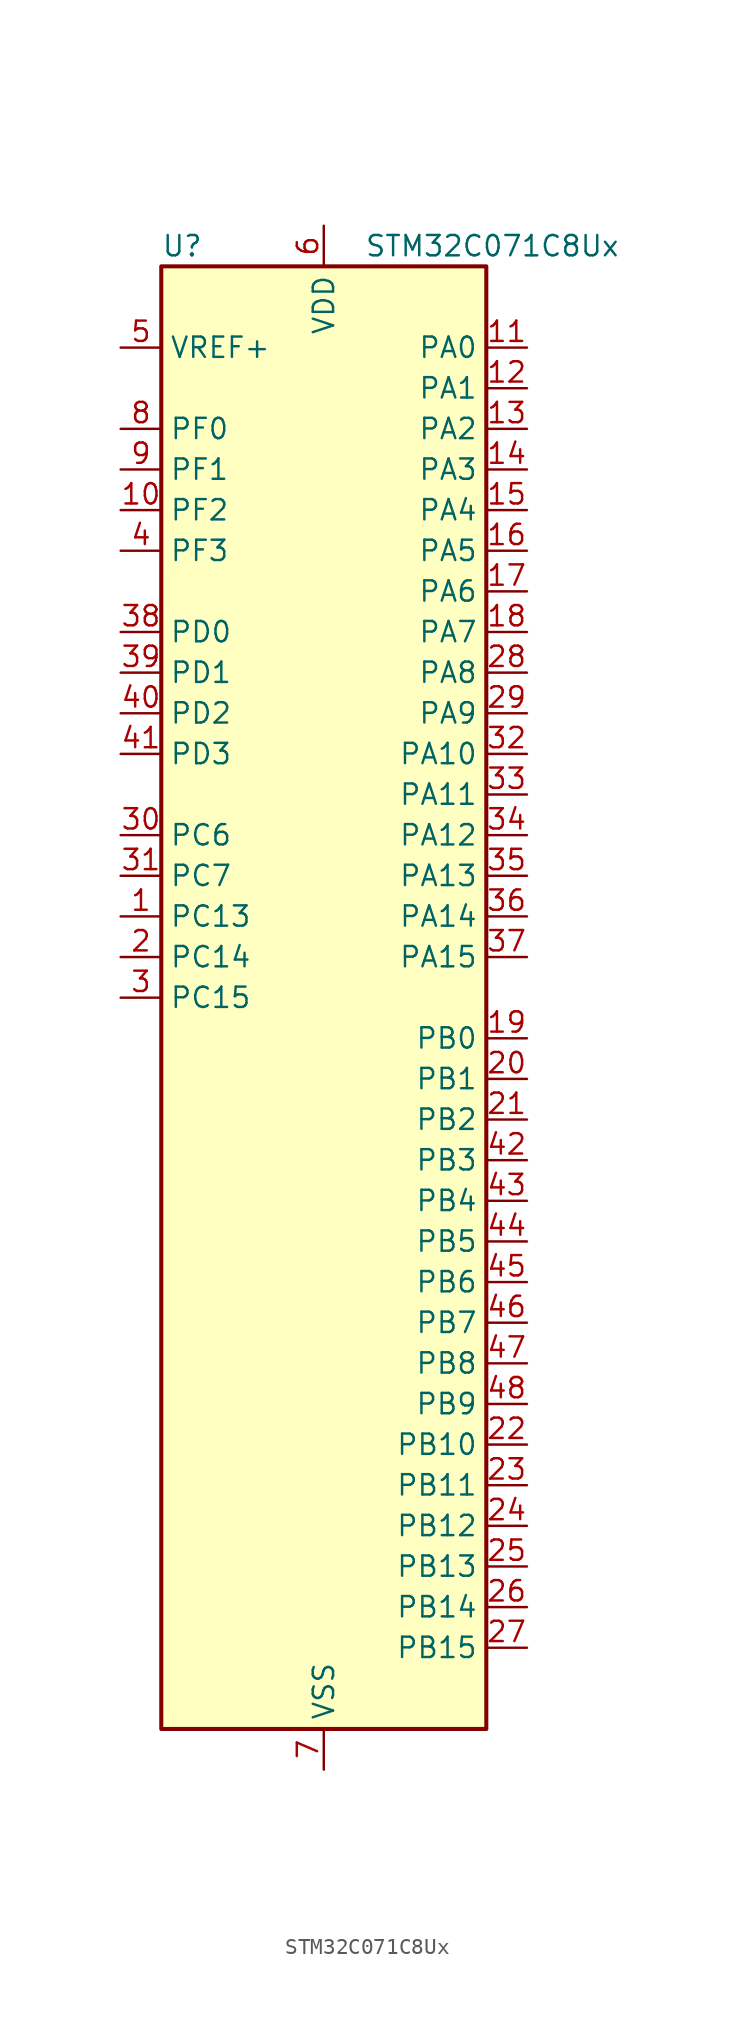
<source format=kicad_sym>
(kicad_symbol_lib
  (version 20241209)
  (generator "kicad_symbol_editor")
  (generator_version "9.0")
  (symbol "STM32C071C8Ux"
    (property "Reference" "U"
      (at -10.16 46.99 0)
      (effects (font (size 1.27 1.27)) (justify left)))
    (property "Value" "STM32C071C8Ux"
      (at 2.54 46.99 0)
      (effects (font (size 1.27 1.27)) (justify left)))
    (symbol "STM32C071C8Ux_0_1"
      (rectangle (start -10.16 -45.72) (end 10.16 45.72) (stroke (width 0.254) (type default)) (fill (type background))))
    (symbol "STM32C071C8Ux_1_1"
      (pin input line (at -12.7 40.64 0) (length 2.54) (name "VREF+" (effects (font (size 1.27 1.27)))) (number "5" (effects (font (size 1.27 1.27)))))
      (pin bidirectional line (at -12.7 35.56 0) (length 2.54) (name "PF0" (effects (font (size 1.27 1.27)))) (number "8" (effects (font (size 1.27 1.27)))) (alternate "CRS_SYNC" bidirectional line) (alternate "RCC_OSC_IN" bidirectional line) (alternate "TIM14_CH1" bidirectional line))
      (pin bidirectional line (at -12.7 33.02 0) (length 2.54) (name "PF1" (effects (font (size 1.27 1.27)))) (number "9" (effects (font (size 1.27 1.27)))) (alternate "RCC_OSC_EN" bidirectional line) (alternate "RCC_OSC_OUT" bidirectional line))
      (pin bidirectional line (at -12.7 30.48 0) (length 2.54) (name "PF2" (effects (font (size 1.27 1.27)))) (number "10" (effects (font (size 1.27 1.27)))) (alternate "RCC_MCO" bidirectional line) (alternate "TIM1_CH4" bidirectional line))
      (pin bidirectional line (at -12.7 27.94 0) (length 2.54) (name "PF3" (effects (font (size 1.27 1.27)))) (number "4" (effects (font (size 1.27 1.27)))))
      (pin bidirectional line (at -12.7 22.86 0) (length 2.54) (name "PD0" (effects (font (size 1.27 1.27)))) (number "38" (effects (font (size 1.27 1.27)))) (alternate "SPI2_NSS" bidirectional line) (alternate "TIM16_CH1" bidirectional line))
      (pin bidirectional line (at -12.7 20.32 0) (length 2.54) (name "PD1" (effects (font (size 1.27 1.27)))) (number "39" (effects (font (size 1.27 1.27)))) (alternate "SPI2_SCK" bidirectional line) (alternate "TIM17_CH1" bidirectional line))
      (pin bidirectional line (at -12.7 17.78 0) (length 2.54) (name "PD2" (effects (font (size 1.27 1.27)))) (number "40" (effects (font (size 1.27 1.27)))) (alternate "TIM1_CH1N" bidirectional line) (alternate "TIM3_ETR" bidirectional line))
      (pin bidirectional line (at -12.7 15.24 0) (length 2.54) (name "PD3" (effects (font (size 1.27 1.27)))) (number "41" (effects (font (size 1.27 1.27)))) (alternate "SPI2_MISO" bidirectional line) (alternate "TIM1_CH2N" bidirectional line) (alternate "USART2_CTS" bidirectional line) (alternate "USART2_NSS" bidirectional line))
      (pin bidirectional line (at -12.7 10.16 0) (length 2.54) (name "PC6" (effects (font (size 1.27 1.27)))) (number "30" (effects (font (size 1.27 1.27)))) (alternate "TIM2_CH3" bidirectional line) (alternate "TIM3_CH1" bidirectional line))
      (pin bidirectional line (at -12.7 7.62 0) (length 2.54) (name "PC7" (effects (font (size 1.27 1.27)))) (number "31" (effects (font (size 1.27 1.27)))) (alternate "TIM2_CH4" bidirectional line) (alternate "TIM3_CH2" bidirectional line))
      (pin bidirectional line (at -12.7 5.08 0) (length 2.54) (name "PC13" (effects (font (size 1.27 1.27)))) (number "1" (effects (font (size 1.27 1.27)))) (alternate "PWR_WKUP2" bidirectional line) (alternate "RTC_OUT1" bidirectional line) (alternate "RTC_TS" bidirectional line) (alternate "TIM1_BKIN" bidirectional line) (alternate "TIM1_ETR" bidirectional line))
      (pin bidirectional line (at -12.7 2.54 0) (length 2.54) (name "PC14" (effects (font (size 1.27 1.27)))) (number "2" (effects (font (size 1.27 1.27)))) (alternate "I2C1_SDA" bidirectional line) (alternate "IR_OUT" bidirectional line) (alternate "RCC_OSCX_IN" bidirectional line) (alternate "SPI2_NSS" bidirectional line) (alternate "TIM17_CH1" bidirectional line) (alternate "TIM1_BKIN2" bidirectional line) (alternate "TIM1_ETR" bidirectional line) (alternate "TIM3_CH2" bidirectional line) (alternate "USART1_TX" bidirectional line) (alternate "USART2_CK" bidirectional line) (alternate "USART2_DE" bidirectional line) (alternate "USART2_RTS" bidirectional line))
      (pin bidirectional line (at -12.7 0 0) (length 2.54) (name "PC15" (effects (font (size 1.27 1.27)))) (number "3" (effects (font (size 1.27 1.27)))) (alternate "RCC_OSC32_EN" bidirectional line) (alternate "RCC_OSCX_OUT" bidirectional line) (alternate "RCC_OSC_EN" bidirectional line) (alternate "TIM1_ETR" bidirectional line) (alternate "TIM3_CH3" bidirectional line))
      (pin power_in line (at 0 48.26 270) (length 2.54) (name "VDD" (effects (font (size 1.27 1.27)))) (number "6" (effects (font (size 1.27 1.27)))))
      (pin passive line (at 0 -48.26 90) (length 2.54) (hide yes) (name "VSS" (effects (font (size 1.27 1.27)))) (number "49" (effects (font (size 1.27 1.27)))))
      (pin power_in line (at 0 -48.26 90) (length 2.54) (name "VSS" (effects (font (size 1.27 1.27)))) (number "7" (effects (font (size 1.27 1.27)))))
      (pin bidirectional line (at 12.7 40.64 180) (length 2.54) (name "PA0" (effects (font (size 1.27 1.27)))) (number "11" (effects (font (size 1.27 1.27)))) (alternate "ADC1_IN0" bidirectional line) (alternate "PWR_WKUP1" bidirectional line) (alternate "SPI2_SCK" bidirectional line) (alternate "TIM16_CH1" bidirectional line) (alternate "TIM1_CH1" bidirectional line) (alternate "TIM2_CH1" bidirectional line) (alternate "TIM2_ETR" bidirectional line) (alternate "USART1_TX" bidirectional line) (alternate "USART2_CTS" bidirectional line) (alternate "USART2_NSS" bidirectional line))
      (pin bidirectional line (at 12.7 38.1 180) (length 2.54) (name "PA1" (effects (font (size 1.27 1.27)))) (number "12" (effects (font (size 1.27 1.27)))) (alternate "ADC1_IN1" bidirectional line) (alternate "I2C1_SMBA" bidirectional line) (alternate "I2S1_CK" bidirectional line) (alternate "SPI1_SCK" bidirectional line) (alternate "TIM17_CH1" bidirectional line) (alternate "TIM1_CH2" bidirectional line) (alternate "TIM2_CH2" bidirectional line) (alternate "USART1_RX" bidirectional line) (alternate "USART2_CK" bidirectional line) (alternate "USART2_DE" bidirectional line) (alternate "USART2_RTS" bidirectional line))
      (pin bidirectional line (at 12.7 35.56 180) (length 2.54) (name "PA2" (effects (font (size 1.27 1.27)))) (number "13" (effects (font (size 1.27 1.27)))) (alternate "ADC1_IN2" bidirectional line) (alternate "I2S1_SD" bidirectional line) (alternate "PWR_WKUP4" bidirectional line) (alternate "RCC_LSCO" bidirectional line) (alternate "SPI1_MOSI" bidirectional line) (alternate "TIM16_CH1N" bidirectional line) (alternate "TIM1_CH3" bidirectional line) (alternate "TIM2_CH3" bidirectional line) (alternate "TIM3_ETR" bidirectional line) (alternate "USART2_TX" bidirectional line))
      (pin bidirectional line (at 12.7 33.02 180) (length 2.54) (name "PA3" (effects (font (size 1.27 1.27)))) (number "14" (effects (font (size 1.27 1.27)))) (alternate "ADC1_IN3" bidirectional line) (alternate "SPI2_MISO" bidirectional line) (alternate "TIM1_CH1N" bidirectional line) (alternate "TIM1_CH4" bidirectional line) (alternate "TIM2_CH4" bidirectional line) (alternate "USART2_RX" bidirectional line))
      (pin bidirectional line (at 12.7 30.48 180) (length 2.54) (name "PA4" (effects (font (size 1.27 1.27)))) (number "15" (effects (font (size 1.27 1.27)))) (alternate "ADC1_IN4" bidirectional line) (alternate "I2S1_WS" bidirectional line) (alternate "RTC_OUT2" bidirectional line) (alternate "SPI1_NSS" bidirectional line) (alternate "SPI2_MOSI" bidirectional line) (alternate "TIM14_CH1" bidirectional line) (alternate "TIM17_CH1N" bidirectional line) (alternate "TIM1_CH2N" bidirectional line) (alternate "USART2_TX" bidirectional line) (alternate "USB_NOE" bidirectional line))
      (pin bidirectional line (at 12.7 27.94 180) (length 2.54) (name "PA5" (effects (font (size 1.27 1.27)))) (number "16" (effects (font (size 1.27 1.27)))) (alternate "ADC1_IN5" bidirectional line) (alternate "I2S1_CK" bidirectional line) (alternate "SPI1_SCK" bidirectional line) (alternate "TIM1_CH1" bidirectional line) (alternate "TIM1_CH3N" bidirectional line) (alternate "TIM2_CH1" bidirectional line) (alternate "TIM2_ETR" bidirectional line) (alternate "USART2_RX" bidirectional line))
      (pin bidirectional line (at 12.7 25.4 180) (length 2.54) (name "PA6" (effects (font (size 1.27 1.27)))) (number "17" (effects (font (size 1.27 1.27)))) (alternate "ADC1_IN6" bidirectional line) (alternate "I2C2_SDA" bidirectional line) (alternate "I2S1_MCK" bidirectional line) (alternate "SPI1_MISO" bidirectional line) (alternate "TIM16_CH1" bidirectional line) (alternate "TIM1_BKIN" bidirectional line) (alternate "TIM3_CH1" bidirectional line))
      (pin bidirectional line (at 12.7 22.86 180) (length 2.54) (name "PA7" (effects (font (size 1.27 1.27)))) (number "18" (effects (font (size 1.27 1.27)))) (alternate "ADC1_IN7" bidirectional line) (alternate "I2C2_SCL" bidirectional line) (alternate "I2S1_SD" bidirectional line) (alternate "SPI1_MOSI" bidirectional line) (alternate "TIM14_CH1" bidirectional line) (alternate "TIM17_CH1" bidirectional line) (alternate "TIM1_CH1N" bidirectional line) (alternate "TIM3_CH2" bidirectional line))
      (pin bidirectional line (at 12.7 20.32 180) (length 2.54) (name "PA8" (effects (font (size 1.27 1.27)))) (number "28" (effects (font (size 1.27 1.27)))) (alternate "ADC1_IN8" bidirectional line) (alternate "CRS_SYNC" bidirectional line) (alternate "I2S1_WS" bidirectional line) (alternate "RCC_MCO" bidirectional line) (alternate "RCC_MCO2" bidirectional line) (alternate "SPI1_NSS" bidirectional line) (alternate "SPI2_MISO" bidirectional line) (alternate "SPI2_NSS" bidirectional line) (alternate "TIM14_CH1" bidirectional line) (alternate "TIM1_CH1" bidirectional line) (alternate "TIM1_CH2N" bidirectional line) (alternate "TIM1_CH3N" bidirectional line) (alternate "TIM3_CH3" bidirectional line) (alternate "TIM3_CH4" bidirectional line) (alternate "USART1_RX" bidirectional line) (alternate "USART2_TX" bidirectional line))
      (pin bidirectional line (at 12.7 17.78 180) (length 2.54) (name "PA9" (effects (font (size 1.27 1.27)))) (number "29" (effects (font (size 1.27 1.27)))) (alternate "I2C1_SCL" bidirectional line) (alternate "I2C2_SCL" bidirectional line) (alternate "RCC_MCO" bidirectional line) (alternate "SPI2_MISO" bidirectional line) (alternate "TIM1_CH2" bidirectional line) (alternate "TIM3_ETR" bidirectional line) (alternate "USART1_TX" bidirectional line))
      (pin bidirectional line (at 12.7 15.24 180) (length 2.54) (name "PA10" (effects (font (size 1.27 1.27)))) (number "32" (effects (font (size 1.27 1.27)))) (alternate "I2C1_SDA" bidirectional line) (alternate "I2C2_SDA" bidirectional line) (alternate "RCC_MCO2" bidirectional line) (alternate "SPI2_MOSI" bidirectional line) (alternate "TIM17_BKIN" bidirectional line) (alternate "TIM1_CH3" bidirectional line) (alternate "USART1_RX" bidirectional line))
      (pin bidirectional line (at 12.7 12.7 180) (length 2.54) (name "PA11" (effects (font (size 1.27 1.27)))) (number "33" (effects (font (size 1.27 1.27)))) (alternate "ADC1_EXTI11" bidirectional line) (alternate "I2C2_SCL" bidirectional line) (alternate "I2S1_MCK" bidirectional line) (alternate "SPI1_MISO" bidirectional line) (alternate "TIM1_BKIN2" bidirectional line) (alternate "TIM1_CH4" bidirectional line) (alternate "USART1_CTS" bidirectional line) (alternate "USART1_NSS" bidirectional line) (alternate "USB_DM" bidirectional line))
      (pin bidirectional line (at 12.7 10.16 180) (length 2.54) (name "PA12" (effects (font (size 1.27 1.27)))) (number "34" (effects (font (size 1.27 1.27)))) (alternate "I2C2_SDA" bidirectional line) (alternate "I2S1_SD" bidirectional line) (alternate "I2S_CKIN" bidirectional line) (alternate "SPI1_MOSI" bidirectional line) (alternate "TIM1_ETR" bidirectional line) (alternate "USART1_CK" bidirectional line) (alternate "USART1_DE" bidirectional line) (alternate "USART1_RTS" bidirectional line) (alternate "USB_DP" bidirectional line))
      (pin bidirectional line (at 12.7 7.62 180) (length 2.54) (name "PA13" (effects (font (size 1.27 1.27)))) (number "35" (effects (font (size 1.27 1.27)))) (alternate "ADC1_IN13" bidirectional line) (alternate "DEBUG_SWDIO" bidirectional line) (alternate "IR_OUT" bidirectional line) (alternate "TIM3_ETR" bidirectional line) (alternate "USART2_RX" bidirectional line) (alternate "USB_NOE" bidirectional line))
      (pin bidirectional line (at 12.7 5.08 180) (length 2.54) (name "PA14" (effects (font (size 1.27 1.27)))) (number "36" (effects (font (size 1.27 1.27)))) (alternate "ADC1_IN14" bidirectional line) (alternate "DEBUG_SWCLK" bidirectional line) (alternate "I2S1_WS" bidirectional line) (alternate "RCC_MCO2" bidirectional line) (alternate "SPI1_NSS" bidirectional line) (alternate "TIM1_CH1" bidirectional line) (alternate "USART1_CK" bidirectional line) (alternate "USART1_DE" bidirectional line) (alternate "USART1_RTS" bidirectional line) (alternate "USART2_RX" bidirectional line) (alternate "USART2_TX" bidirectional line))
      (pin bidirectional line (at 12.7 2.54 180) (length 2.54) (name "PA15" (effects (font (size 1.27 1.27)))) (number "37" (effects (font (size 1.27 1.27)))) (alternate "I2S1_WS" bidirectional line) (alternate "RCC_MCO2" bidirectional line) (alternate "SPI1_NSS" bidirectional line) (alternate "TIM1_CH1" bidirectional line) (alternate "TIM2_CH1" bidirectional line) (alternate "TIM2_ETR" bidirectional line) (alternate "USART1_CK" bidirectional line) (alternate "USART1_DE" bidirectional line) (alternate "USART1_RTS" bidirectional line) (alternate "USART2_RX" bidirectional line) (alternate "USB_NOE" bidirectional line))
      (pin bidirectional line (at 12.7 -2.54 180) (length 2.54) (name "PB0" (effects (font (size 1.27 1.27)))) (number "19" (effects (font (size 1.27 1.27)))) (alternate "ADC1_IN17" bidirectional line) (alternate "I2S1_WS" bidirectional line) (alternate "SPI1_NSS" bidirectional line) (alternate "TIM1_CH2N" bidirectional line) (alternate "TIM3_CH3" bidirectional line))
      (pin bidirectional line (at 12.7 -5.08 180) (length 2.54) (name "PB1" (effects (font (size 1.27 1.27)))) (number "20" (effects (font (size 1.27 1.27)))) (alternate "ADC1_IN18" bidirectional line) (alternate "TIM14_CH1" bidirectional line) (alternate "TIM1_CH2N" bidirectional line) (alternate "TIM1_CH3N" bidirectional line) (alternate "TIM3_CH4" bidirectional line))
      (pin bidirectional line (at 12.7 -7.62 180) (length 2.54) (name "PB2" (effects (font (size 1.27 1.27)))) (number "21" (effects (font (size 1.27 1.27)))) (alternate "ADC1_IN19" bidirectional line) (alternate "RCC_MCO2" bidirectional line) (alternate "SPI2_MISO" bidirectional line) (alternate "USART1_RX" bidirectional line))
      (pin bidirectional line (at 12.7 -10.16 180) (length 2.54) (name "PB3" (effects (font (size 1.27 1.27)))) (number "42" (effects (font (size 1.27 1.27)))) (alternate "I2C2_SCL" bidirectional line) (alternate "I2S1_CK" bidirectional line) (alternate "SPI1_SCK" bidirectional line) (alternate "TIM1_CH2" bidirectional line) (alternate "TIM2_CH2" bidirectional line) (alternate "TIM3_CH2" bidirectional line) (alternate "USART1_CK" bidirectional line) (alternate "USART1_DE" bidirectional line) (alternate "USART1_RTS" bidirectional line))
      (pin bidirectional line (at 12.7 -12.7 180) (length 2.54) (name "PB4" (effects (font (size 1.27 1.27)))) (number "43" (effects (font (size 1.27 1.27)))) (alternate "I2C2_SDA" bidirectional line) (alternate "I2S1_MCK" bidirectional line) (alternate "SPI1_MISO" bidirectional line) (alternate "TIM17_BKIN" bidirectional line) (alternate "TIM3_CH1" bidirectional line) (alternate "USART1_CTS" bidirectional line) (alternate "USART1_NSS" bidirectional line))
      (pin bidirectional line (at 12.7 -15.24 180) (length 2.54) (name "PB5" (effects (font (size 1.27 1.27)))) (number "44" (effects (font (size 1.27 1.27)))) (alternate "I2C1_SMBA" bidirectional line) (alternate "I2S1_SD" bidirectional line) (alternate "PWR_WKUP6" bidirectional line) (alternate "SPI1_MOSI" bidirectional line) (alternate "TIM16_BKIN" bidirectional line) (alternate "TIM3_CH2" bidirectional line) (alternate "TIM3_CH3" bidirectional line))
      (pin bidirectional line (at 12.7 -17.78 180) (length 2.54) (name "PB6" (effects (font (size 1.27 1.27)))) (number "45" (effects (font (size 1.27 1.27)))) (alternate "I2C1_SCL" bidirectional line) (alternate "I2C1_SMBA" bidirectional line) (alternate "I2S1_CK" bidirectional line) (alternate "I2S1_MCK" bidirectional line) (alternate "I2S1_SD" bidirectional line) (alternate "PWR_WKUP3" bidirectional line) (alternate "SPI1_MISO" bidirectional line) (alternate "SPI1_MOSI" bidirectional line) (alternate "SPI1_SCK" bidirectional line) (alternate "SPI2_MISO" bidirectional line) (alternate "TIM16_BKIN" bidirectional line) (alternate "TIM16_CH1N" bidirectional line) (alternate "TIM17_BKIN" bidirectional line) (alternate "TIM1_CH2" bidirectional line) (alternate "TIM1_CH3" bidirectional line) (alternate "TIM3_CH1" bidirectional line) (alternate "TIM3_CH2" bidirectional line) (alternate "TIM3_CH3" bidirectional line) (alternate "USART1_CTS" bidirectional line) (alternate "USART1_NSS" bidirectional line) (alternate "USART1_TX" bidirectional line))
      (pin bidirectional line (at 12.7 -20.32 180) (length 2.54) (name "PB7" (effects (font (size 1.27 1.27)))) (number "46" (effects (font (size 1.27 1.27)))) (alternate "I2C1_SCL" bidirectional line) (alternate "I2C1_SDA" bidirectional line) (alternate "SPI2_MOSI" bidirectional line) (alternate "TIM16_CH1" bidirectional line) (alternate "TIM17_CH1N" bidirectional line) (alternate "TIM1_CH4" bidirectional line) (alternate "TIM3_CH1" bidirectional line) (alternate "TIM3_CH4" bidirectional line) (alternate "USART1_RX" bidirectional line) (alternate "USART2_CTS" bidirectional line) (alternate "USART2_NSS" bidirectional line))
      (pin bidirectional line (at 12.7 -22.86 180) (length 2.54) (name "PB8" (effects (font (size 1.27 1.27)))) (number "47" (effects (font (size 1.27 1.27)))) (alternate "I2C1_SCL" bidirectional line) (alternate "SPI2_SCK" bidirectional line) (alternate "TIM16_CH1" bidirectional line) (alternate "TIM3_CH1" bidirectional line) (alternate "USART2_CTS" bidirectional line) (alternate "USART2_NSS" bidirectional line))
      (pin bidirectional line (at 12.7 -25.4 180) (length 2.54) (name "PB9" (effects (font (size 1.27 1.27)))) (number "48" (effects (font (size 1.27 1.27)))) (alternate "I2C1_SDA" bidirectional line) (alternate "IR_OUT" bidirectional line) (alternate "SPI2_NSS" bidirectional line) (alternate "TIM17_CH1" bidirectional line) (alternate "TIM3_CH2" bidirectional line) (alternate "USART2_CK" bidirectional line) (alternate "USART2_DE" bidirectional line) (alternate "USART2_RTS" bidirectional line))
      (pin bidirectional line (at 12.7 -27.94 180) (length 2.54) (name "PB10" (effects (font (size 1.27 1.27)))) (number "22" (effects (font (size 1.27 1.27)))) (alternate "ADC1_IN20" bidirectional line) (alternate "I2C2_SCL" bidirectional line) (alternate "SPI2_SCK" bidirectional line) (alternate "TIM2_CH3" bidirectional line))
      (pin bidirectional line (at 12.7 -30.48 180) (length 2.54) (name "PB11" (effects (font (size 1.27 1.27)))) (number "23" (effects (font (size 1.27 1.27)))) (alternate "ADC1_EXTI11" bidirectional line) (alternate "ADC1_IN21" bidirectional line) (alternate "I2C2_SDA" bidirectional line) (alternate "SPI2_MOSI" bidirectional line) (alternate "TIM2_CH4" bidirectional line))
      (pin bidirectional line (at 12.7 -33.02 180) (length 2.54) (name "PB12" (effects (font (size 1.27 1.27)))) (number "24" (effects (font (size 1.27 1.27)))) (alternate "ADC1_IN22" bidirectional line) (alternate "SPI2_NSS" bidirectional line) (alternate "TIM1_BKIN" bidirectional line) (alternate "TIM1_BKIN2" bidirectional line))
      (pin bidirectional line (at 12.7 -35.56 180) (length 2.54) (name "PB13" (effects (font (size 1.27 1.27)))) (number "25" (effects (font (size 1.27 1.27)))) (alternate "I2C2_SCL" bidirectional line) (alternate "SPI2_SCK" bidirectional line) (alternate "TIM1_CH1N" bidirectional line))
      (pin bidirectional line (at 12.7 -38.1 180) (length 2.54) (name "PB14" (effects (font (size 1.27 1.27)))) (number "26" (effects (font (size 1.27 1.27)))) (alternate "I2C2_SDA" bidirectional line) (alternate "SPI2_MISO" bidirectional line) (alternate "TIM1_CH2N" bidirectional line))
      (pin bidirectional line (at 12.7 -40.64 180) (length 2.54) (name "PB15" (effects (font (size 1.27 1.27)))) (number "27" (effects (font (size 1.27 1.27)))) (alternate "RTC_REFIN" bidirectional line) (alternate "SPI2_MOSI" bidirectional line) (alternate "TIM1_CH3N" bidirectional line)))))
</source>
